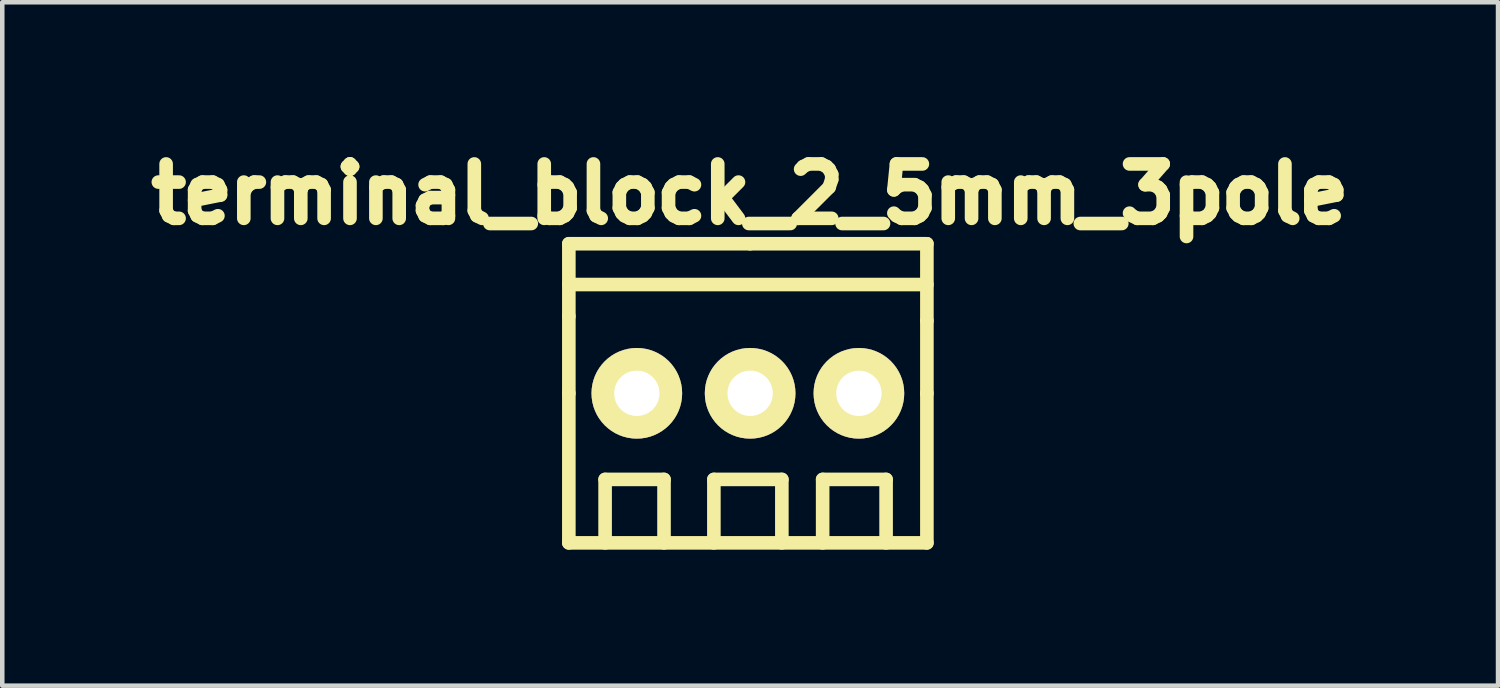
<source format=kicad_pcb>
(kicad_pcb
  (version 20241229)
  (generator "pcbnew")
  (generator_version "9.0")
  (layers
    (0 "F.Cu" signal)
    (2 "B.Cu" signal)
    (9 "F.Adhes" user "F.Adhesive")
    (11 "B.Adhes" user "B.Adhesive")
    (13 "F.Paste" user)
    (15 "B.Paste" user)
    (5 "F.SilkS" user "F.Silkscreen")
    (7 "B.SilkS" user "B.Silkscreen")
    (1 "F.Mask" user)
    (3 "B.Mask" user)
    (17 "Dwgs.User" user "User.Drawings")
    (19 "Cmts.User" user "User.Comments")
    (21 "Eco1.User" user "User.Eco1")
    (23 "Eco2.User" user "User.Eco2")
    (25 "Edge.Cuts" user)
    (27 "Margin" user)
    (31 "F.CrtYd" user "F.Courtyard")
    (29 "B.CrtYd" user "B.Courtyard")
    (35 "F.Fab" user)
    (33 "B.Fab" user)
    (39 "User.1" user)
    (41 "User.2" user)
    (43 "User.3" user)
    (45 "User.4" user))
  (footprint "terminal_block_2_5mm_3pole"
    (layer "F.Cu")
    (at 13.501 5.628)
    (property "Reference" "terminal_block_2_5mm_3pole" (at 0 -4.4 0) (layer "F.SilkS") (effects (font (size 1.2 1.2) (thickness 0.3))))
    (attr through_hole)
    (fp_line (start -4 -3.3) (end -4 -1.7) (stroke (width 0.3) (type solid)) (layer "F.SilkS"))
    (fp_line (start -4 -2.4) (end 3.9 -2.4) (stroke (width 0.3) (type solid)) (layer "F.SilkS"))
    (fp_line (start -4 0) (end -4 -1.7) (stroke (width 0.3) (type solid)) (layer "F.SilkS"))
    (fp_line (start -4 3.3) (end -4 0) (stroke (width 0.3) (type solid)) (layer "F.SilkS"))
    (fp_line (start -3.2 1.9) (end -1.9 1.9) (stroke (width 0.3) (type solid)) (layer "F.SilkS"))
    (fp_line (start -3.2 3.3) (end -3.2 1.9) (stroke (width 0.3) (type solid)) (layer "F.SilkS"))
    (fp_line (start -1.9 1.9) (end -1.9 3.3) (stroke (width 0.3) (type solid)) (layer "F.SilkS"))
    (fp_line (start -0.8 1.9) (end -0.8 3.3) (stroke (width 0.3) (type solid)) (layer "F.SilkS"))
    (fp_line (start -0.8 1.9) (end 0.7 1.9) (stroke (width 0.3) (type solid)) (layer "F.SilkS"))
    (fp_line (start 0 -3.3) (end -4 -3.3) (stroke (width 0.3) (type solid)) (layer "F.SilkS"))
    (fp_line (start 0 -3.3) (end 3.9 -3.3) (stroke (width 0.3) (type solid)) (layer "F.SilkS"))
    (fp_line (start 0.7 1.9) (end 0.7 3.3) (stroke (width 0.3) (type solid)) (layer "F.SilkS"))
    (fp_line (start 1.6 1.9) (end 1.6 3.3) (stroke (width 0.3) (type solid)) (layer "F.SilkS"))
    (fp_line (start 1.6 1.9) (end 3 1.9) (stroke (width 0.3) (type solid)) (layer "F.SilkS"))
    (fp_line (start 3 1.9) (end 3 3.3) (stroke (width 0.3) (type solid)) (layer "F.SilkS"))
    (fp_line (start 3.9 -3.3) (end 3.9 -1.6) (stroke (width 0.3) (type solid)) (layer "F.SilkS"))
    (fp_line (start 3.9 0) (end 3.9 -1.6) (stroke (width 0.3) (type solid)) (layer "F.SilkS"))
    (fp_line (start 3.9 0) (end 3.9 3.3) (stroke (width 0.3) (type solid)) (layer "F.SilkS"))
    (fp_line (start 3.9 3.3) (end -4 3.3) (stroke (width 0.3) (type solid)) (layer "F.SilkS"))
    (pad "1" thru_hole circle (at -2.5 0) (size 2 2) (drill 1) (layers "*.Cu" "*.Mask" "F.SilkS"))
    (pad "2" thru_hole circle (at 0 0) (size 2 2) (drill 1) (layers "*.Cu" "*.Mask" "F.SilkS"))
    (pad "3" thru_hole circle (at 2.4 0) (size 2 2) (drill 1) (layers "*.Cu" "*.Mask" "F.SilkS")))
  (gr_rect
    (start -3 -3)
    (end 30.003 12.079)
    (stroke (width 0.1) (type default))
    (fill no)
    (layer "Edge.Cuts")))
</source>
